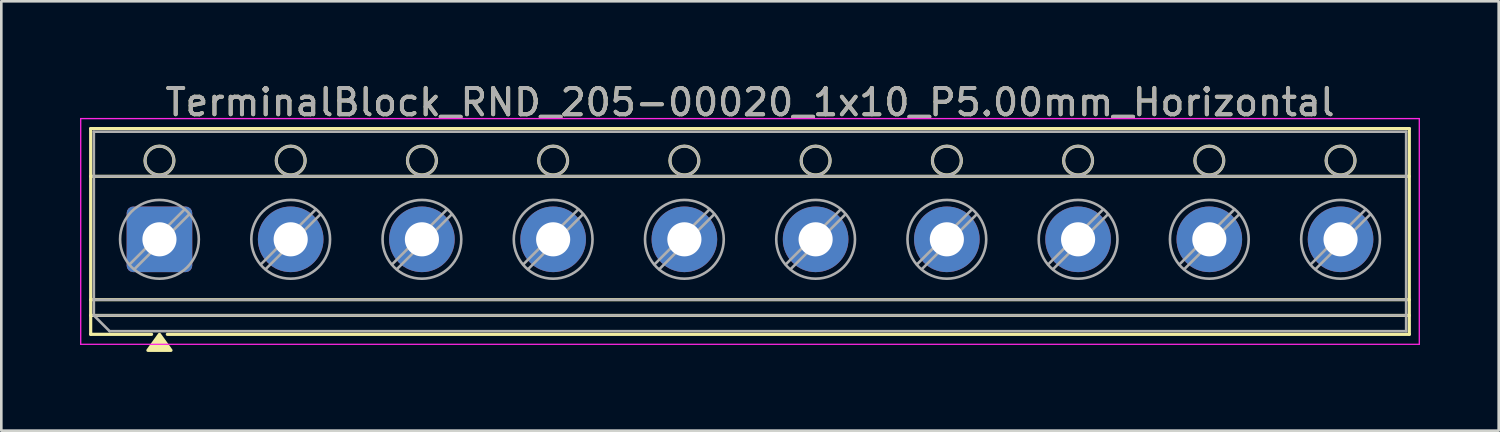
<source format=kicad_pcb>
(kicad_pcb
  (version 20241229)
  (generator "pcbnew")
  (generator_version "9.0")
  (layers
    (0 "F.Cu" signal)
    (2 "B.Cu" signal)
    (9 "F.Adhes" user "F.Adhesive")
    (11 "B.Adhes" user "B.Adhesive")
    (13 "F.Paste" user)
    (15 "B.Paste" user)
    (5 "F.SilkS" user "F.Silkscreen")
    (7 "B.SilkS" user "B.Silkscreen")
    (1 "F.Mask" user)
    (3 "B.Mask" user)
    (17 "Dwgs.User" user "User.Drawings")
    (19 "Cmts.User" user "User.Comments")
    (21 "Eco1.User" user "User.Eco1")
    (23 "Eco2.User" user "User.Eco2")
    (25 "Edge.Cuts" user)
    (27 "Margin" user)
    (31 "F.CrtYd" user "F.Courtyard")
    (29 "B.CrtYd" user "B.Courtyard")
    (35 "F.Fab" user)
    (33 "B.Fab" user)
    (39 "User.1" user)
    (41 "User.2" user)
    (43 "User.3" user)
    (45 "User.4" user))
  (footprint "TerminalBlock_RND_205-00020_1x10_P5.00mm_Horizontal"
    (layer "F.Cu")
    (at 3.025 6.068)
    (property "Reference" "TerminalBlock_RND_205-00020_1x10_P5.00mm_Horizontal" (at 22.5 -5.22 0) (layer "F.SilkS") (effects (font (size 1 1) (thickness 0.15))))
    (attr through_hole)
    (fp_line (start -2.62 -4.22) (end 47.62 -4.22) (stroke (width 0.12) (type solid)) (layer "F.SilkS"))
    (fp_line (start -2.62 -2.4) (end 47.62 -2.4) (stroke (width 0.12) (type solid)) (layer "F.SilkS"))
    (fp_line (start -2.62 2.3) (end 47.62 2.3) (stroke (width 0.12) (type solid)) (layer "F.SilkS"))
    (fp_line (start -2.62 2.9) (end 47.62 2.9) (stroke (width 0.12) (type solid)) (layer "F.SilkS"))
    (fp_line (start -2.62 3.62) (end -2.62 -4.22) (stroke (width 0.12) (type solid)) (layer "F.SilkS"))
    (fp_line (start -0.3 3.62) (end -2.62 3.62) (stroke (width 0.12) (type solid)) (layer "F.SilkS"))
    (fp_line (start 47.62 -4.22) (end 47.62 3.62) (stroke (width 0.12) (type solid)) (layer "F.SilkS"))
    (fp_line (start 47.62 3.62) (end 0.3 3.62) (stroke (width 0.12) (type solid)) (layer "F.SilkS"))
    (fp_circle (center 0 -3) (end 0.55 -3) (stroke (width 0.12) (type solid)) (fill no) (layer "F.SilkS"))
    (fp_circle (center 5 -3) (end 5.55 -3) (stroke (width 0.12) (type solid)) (fill no) (layer "F.SilkS"))
    (fp_circle (center 10 -3) (end 10.55 -3) (stroke (width 0.12) (type solid)) (fill no) (layer "F.SilkS"))
    (fp_circle (center 15 -3) (end 15.55 -3) (stroke (width 0.12) (type solid)) (fill no) (layer "F.SilkS"))
    (fp_circle (center 20 -3) (end 20.55 -3) (stroke (width 0.12) (type solid)) (fill no) (layer "F.SilkS"))
    (fp_circle (center 25 -3) (end 25.55 -3) (stroke (width 0.12) (type solid)) (fill no) (layer "F.SilkS"))
    (fp_circle (center 30 -3) (end 30.55 -3) (stroke (width 0.12) (type solid)) (fill no) (layer "F.SilkS"))
    (fp_circle (center 35 -3) (end 35.55 -3) (stroke (width 0.12) (type solid)) (fill no) (layer "F.SilkS"))
    (fp_circle (center 40 -3) (end 40.55 -3) (stroke (width 0.12) (type solid)) (fill no) (layer "F.SilkS"))
    (fp_circle (center 45 -3) (end 45.55 -3) (stroke (width 0.12) (type solid)) (fill no) (layer "F.SilkS"))
    (fp_poly (pts (xy 0 3.62) (xy 0.44 4.23) (xy -0.44 4.23)) (stroke (width 0.12) (type solid)) (fill yes) (layer "F.SilkS"))
    (fp_line (start -3 -4.6) (end -3 4) (stroke (width 0.05) (type solid)) (layer "F.CrtYd"))
    (fp_line (start -3 4) (end 48 4) (stroke (width 0.05) (type solid)) (layer "F.CrtYd"))
    (fp_line (start 48 -4.6) (end -3 -4.6) (stroke (width 0.05) (type solid)) (layer "F.CrtYd"))
    (fp_line (start 48 4) (end 48 -4.6) (stroke (width 0.05) (type solid)) (layer "F.CrtYd"))
    (fp_line (start -2.5 -4.1) (end 47.5 -4.1) (stroke (width 0.1) (type solid)) (layer "F.Fab"))
    (fp_line (start -2.5 -2.4) (end 47.5 -2.4) (stroke (width 0.1) (type solid)) (layer "F.Fab"))
    (fp_line (start -2.5 2.3) (end 47.5 2.3) (stroke (width 0.1) (type solid)) (layer "F.Fab"))
    (fp_line (start -2.5 2.9) (end -2.5 -4.1) (stroke (width 0.1) (type solid)) (layer "F.Fab"))
    (fp_line (start -2.5 2.9) (end 47.5 2.9) (stroke (width 0.1) (type solid)) (layer "F.Fab"))
    (fp_line (start -1.9 3.5) (end -2.5 2.9) (stroke (width 0.1) (type solid)) (layer "F.Fab"))
    (fp_line (start 0.955 -1.138) (end -1.138 0.955) (stroke (width 0.1) (type solid)) (layer "F.Fab"))
    (fp_line (start 1.138 -0.955) (end -0.955 1.138) (stroke (width 0.1) (type solid)) (layer "F.Fab"))
    (fp_line (start 5.955 -1.138) (end 3.862 0.955) (stroke (width 0.1) (type solid)) (layer "F.Fab"))
    (fp_line (start 6.138 -0.955) (end 4.045 1.138) (stroke (width 0.1) (type solid)) (layer "F.Fab"))
    (fp_line (start 10.955 -1.138) (end 8.862 0.955) (stroke (width 0.1) (type solid)) (layer "F.Fab"))
    (fp_line (start 11.138 -0.955) (end 9.045 1.138) (stroke (width 0.1) (type solid)) (layer "F.Fab"))
    (fp_line (start 15.955 -1.138) (end 13.862 0.955) (stroke (width 0.1) (type solid)) (layer "F.Fab"))
    (fp_line (start 16.138 -0.955) (end 14.045 1.138) (stroke (width 0.1) (type solid)) (layer "F.Fab"))
    (fp_line (start 20.955 -1.138) (end 18.862 0.955) (stroke (width 0.1) (type solid)) (layer "F.Fab"))
    (fp_line (start 21.138 -0.955) (end 19.045 1.138) (stroke (width 0.1) (type solid)) (layer "F.Fab"))
    (fp_line (start 25.955 -1.138) (end 23.862 0.955) (stroke (width 0.1) (type solid)) (layer "F.Fab"))
    (fp_line (start 26.138 -0.955) (end 24.045 1.138) (stroke (width 0.1) (type solid)) (layer "F.Fab"))
    (fp_line (start 30.955 -1.138) (end 28.862 0.955) (stroke (width 0.1) (type solid)) (layer "F.Fab"))
    (fp_line (start 31.138 -0.955) (end 29.045 1.138) (stroke (width 0.1) (type solid)) (layer "F.Fab"))
    (fp_line (start 35.955 -1.138) (end 33.862 0.955) (stroke (width 0.1) (type solid)) (layer "F.Fab"))
    (fp_line (start 36.138 -0.955) (end 34.045 1.138) (stroke (width 0.1) (type solid)) (layer "F.Fab"))
    (fp_line (start 40.955 -1.138) (end 38.862 0.955) (stroke (width 0.1) (type solid)) (layer "F.Fab"))
    (fp_line (start 41.138 -0.955) (end 39.045 1.138) (stroke (width 0.1) (type solid)) (layer "F.Fab"))
    (fp_line (start 45.955 -1.138) (end 43.862 0.955) (stroke (width 0.1) (type solid)) (layer "F.Fab"))
    (fp_line (start 46.138 -0.955) (end 44.045 1.138) (stroke (width 0.1) (type solid)) (layer "F.Fab"))
    (fp_line (start 47.5 -4.1) (end 47.5 3.5) (stroke (width 0.1) (type solid)) (layer "F.Fab"))
    (fp_line (start 47.5 3.5) (end -1.9 3.5) (stroke (width 0.1) (type solid)) (layer "F.Fab"))
    (fp_circle (center 0 -3) (end 0.55 -3) (stroke (width 0.1) (type solid)) (fill no) (layer "F.Fab"))
    (fp_circle (center 0 0) (end 1.5 0) (stroke (width 0.1) (type solid)) (fill no) (layer "F.Fab"))
    (fp_circle (center 5 -3) (end 5.55 -3) (stroke (width 0.1) (type solid)) (fill no) (layer "F.Fab"))
    (fp_circle (center 5 0) (end 6.5 0) (stroke (width 0.1) (type solid)) (fill no) (layer "F.Fab"))
    (fp_circle (center 10 -3) (end 10.55 -3) (stroke (width 0.1) (type solid)) (fill no) (layer "F.Fab"))
    (fp_circle (center 10 0) (end 11.5 0) (stroke (width 0.1) (type solid)) (fill no) (layer "F.Fab"))
    (fp_circle (center 15 -3) (end 15.55 -3) (stroke (width 0.1) (type solid)) (fill no) (layer "F.Fab"))
    (fp_circle (center 15 0) (end 16.5 0) (stroke (width 0.1) (type solid)) (fill no) (layer "F.Fab"))
    (fp_circle (center 20 -3) (end 20.55 -3) (stroke (width 0.1) (type solid)) (fill no) (layer "F.Fab"))
    (fp_circle (center 20 0) (end 21.5 0) (stroke (width 0.1) (type solid)) (fill no) (layer "F.Fab"))
    (fp_circle (center 25 -3) (end 25.55 -3) (stroke (width 0.1) (type solid)) (fill no) (layer "F.Fab"))
    (fp_circle (center 25 0) (end 26.5 0) (stroke (width 0.1) (type solid)) (fill no) (layer "F.Fab"))
    (fp_circle (center 30 -3) (end 30.55 -3) (stroke (width 0.1) (type solid)) (fill no) (layer "F.Fab"))
    (fp_circle (center 30 0) (end 31.5 0) (stroke (width 0.1) (type solid)) (fill no) (layer "F.Fab"))
    (fp_circle (center 35 -3) (end 35.55 -3) (stroke (width 0.1) (type solid)) (fill no) (layer "F.Fab"))
    (fp_circle (center 35 0) (end 36.5 0) (stroke (width 0.1) (type solid)) (fill no) (layer "F.Fab"))
    (fp_circle (center 40 -3) (end 40.55 -3) (stroke (width 0.1) (type solid)) (fill no) (layer "F.Fab"))
    (fp_circle (center 40 0) (end 41.5 0) (stroke (width 0.1) (type solid)) (fill no) (layer "F.Fab"))
    (fp_circle (center 45 -3) (end 45.55 -3) (stroke (width 0.1) (type solid)) (fill no) (layer "F.Fab"))
    (fp_circle (center 45 0) (end 46.5 0) (stroke (width 0.1) (type solid)) (fill no) (layer "F.Fab"))
    (fp_text user "${REFERENCE}" (at 22.5 -5.22 0) (layer "F.Fab") (effects (font (size 1 1) (thickness 0.15))))
    (pad "1" thru_hole roundrect (at 0 0) (size 2.5 2.5) (drill 1.3) (layers "*.Cu" "*.Mask") (roundrect_rratio 0.1))
    (pad "2" thru_hole circle (at 5 0) (size 2.5 2.5) (drill 1.3) (layers "*.Cu" "*.Mask"))
    (pad "3" thru_hole circle (at 10 0) (size 2.5 2.5) (drill 1.3) (layers "*.Cu" "*.Mask"))
    (pad "4" thru_hole circle (at 15 0) (size 2.5 2.5) (drill 1.3) (layers "*.Cu" "*.Mask"))
    (pad "5" thru_hole circle (at 20 0) (size 2.5 2.5) (drill 1.3) (layers "*.Cu" "*.Mask"))
    (pad "6" thru_hole circle (at 25 0) (size 2.5 2.5) (drill 1.3) (layers "*.Cu" "*.Mask"))
    (pad "7" thru_hole circle (at 30 0) (size 2.5 2.5) (drill 1.3) (layers "*.Cu" "*.Mask"))
    (pad "8" thru_hole circle (at 35 0) (size 2.5 2.5) (drill 1.3) (layers "*.Cu" "*.Mask"))
    (pad "9" thru_hole circle (at 40 0) (size 2.5 2.5) (drill 1.3) (layers "*.Cu" "*.Mask"))
    (pad "10" thru_hole circle (at 45 0) (size 2.5 2.5) (drill 1.3) (layers "*.Cu" "*.Mask")))
  (gr_rect
    (start -3 -3)
    (end 54.05 13.358)
    (stroke (width 0.1) (type default))
    (fill no)
    (layer "Edge.Cuts")))
</source>
